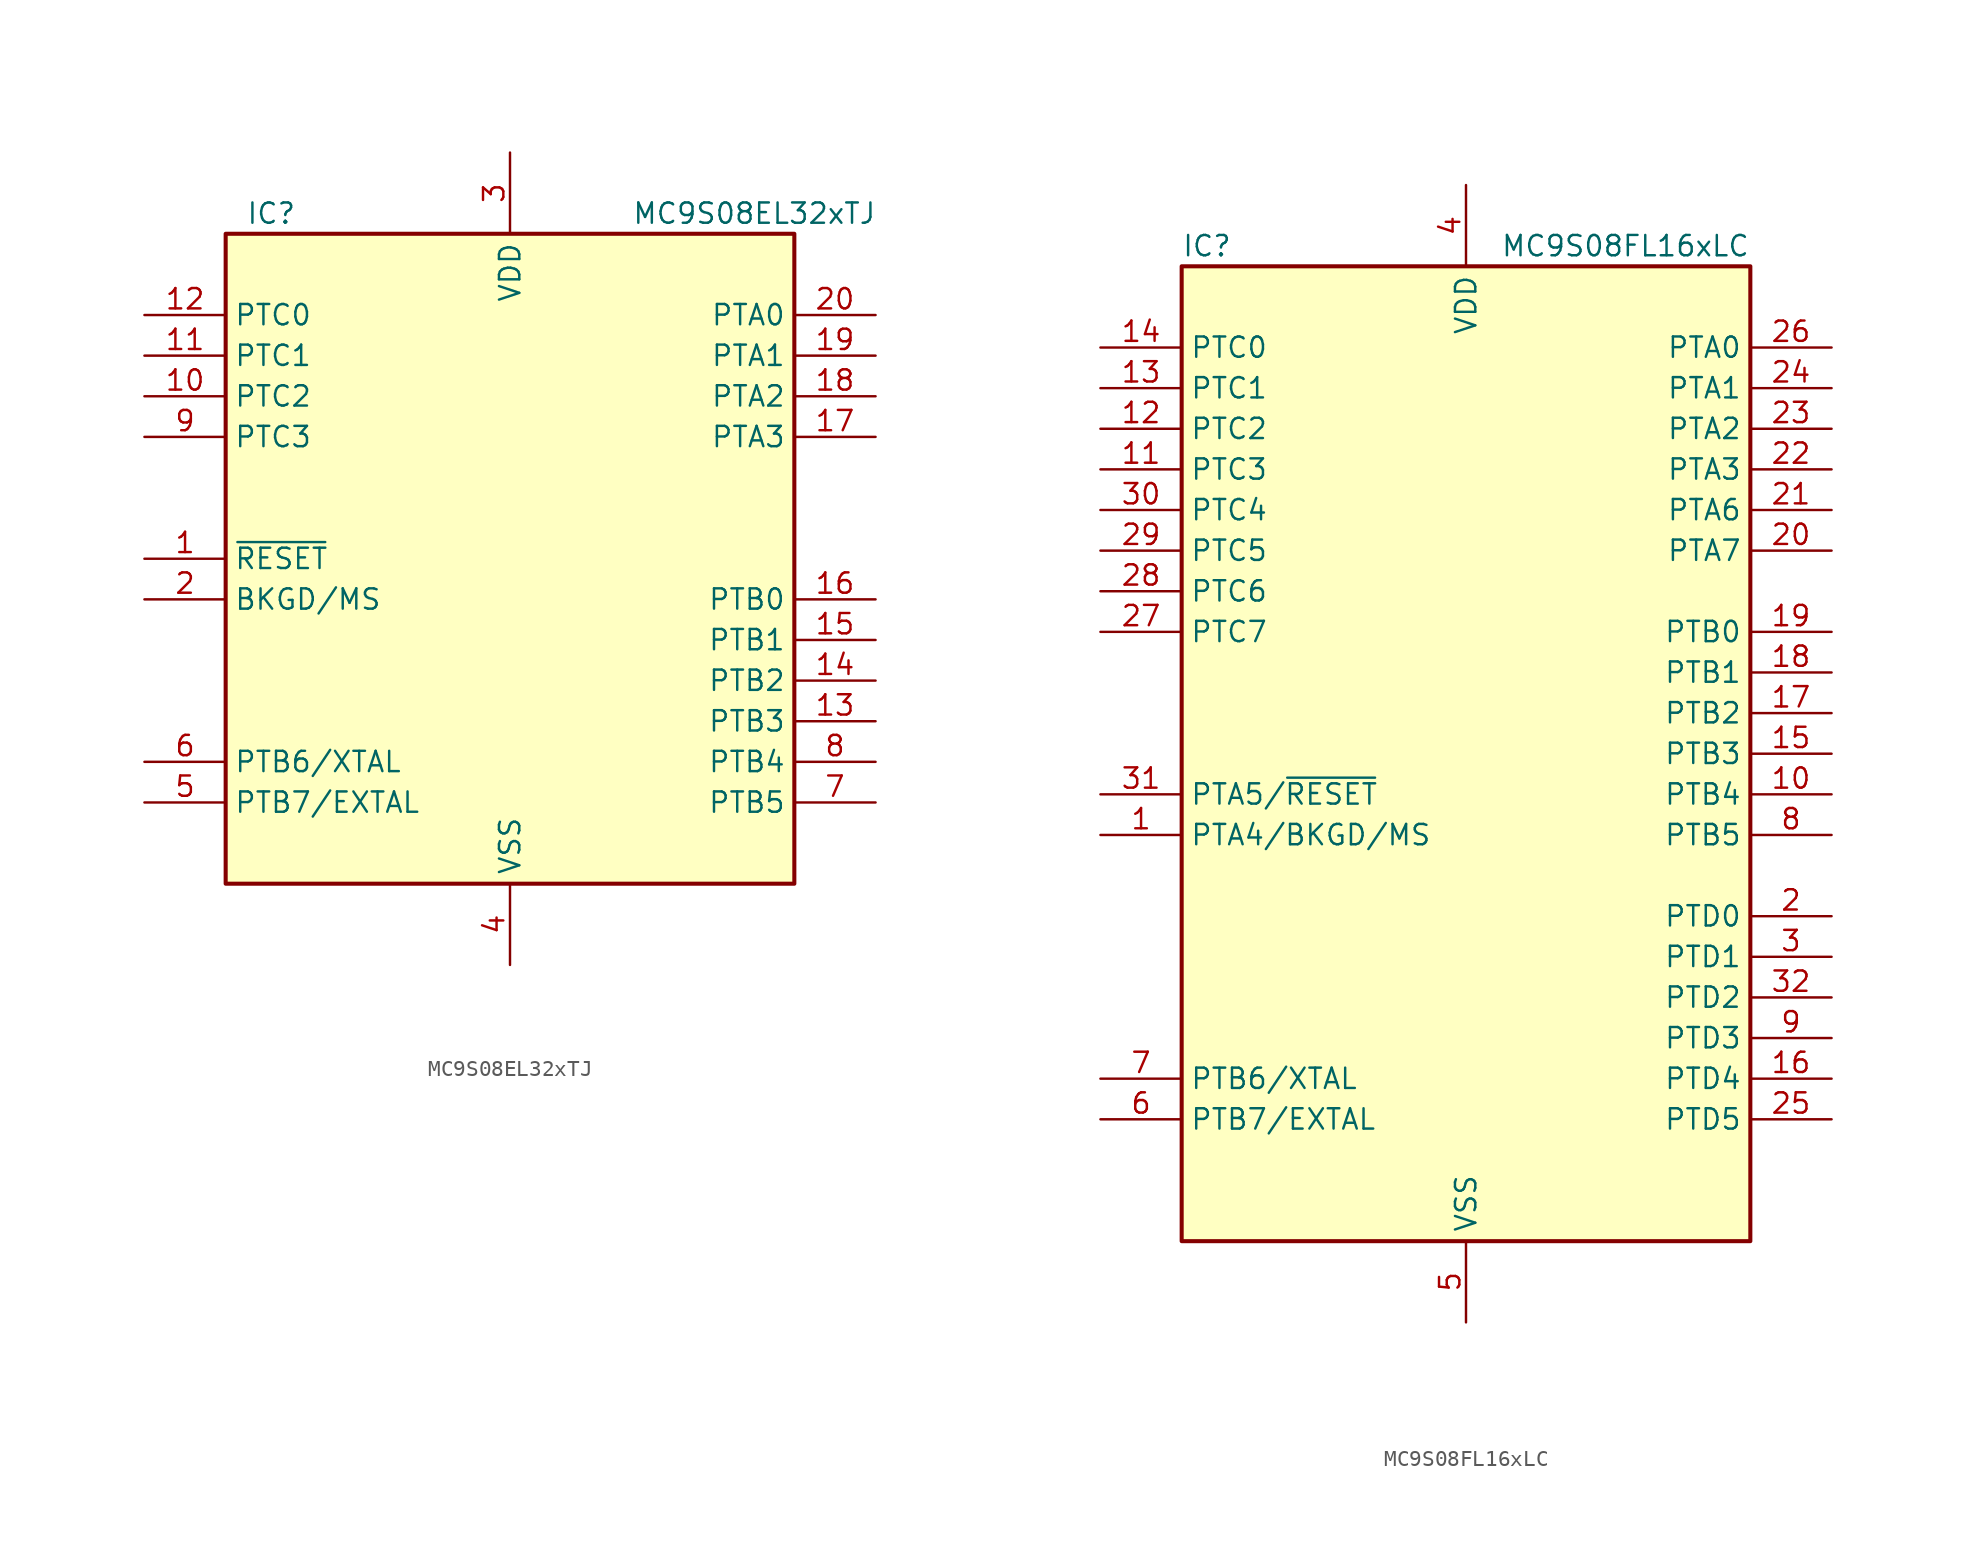
<source format=kicad_sym>
(kicad_symbol_lib
  (version 20201005)
  (generator kicad_symbol_editor)
  (symbol "MC9S08EL32xTJ"
    (property "Reference" "IC"
      (at -16.51 21.59 0)
      (effects (font (size 1.27 1.27)) (justify left)))
    (property "Value" "MC9S08EL32xTJ"
      (at 7.62 21.59 0)
      (effects (font (size 1.27 1.27)) (justify left)))
    (symbol "MC9S08EL32xTJ_0_1"
      (rectangle (start -17.78 20.32) (end 17.78 -20.32) (stroke (width 0.254)) (fill (type background))))
    (symbol "MC9S08EL32xTJ_1_1"
      (pin input line (at -22.86 0 0) (length 5.08) (name "~RESET" (effects (font (size 1.27 1.27)))) (number "1" (effects (font (size 1.27 1.27)))))
      (pin bidirectional line (at -22.86 10.16 0) (length 5.08) (name "PTC2" (effects (font (size 1.27 1.27)))) (number "10" (effects (font (size 1.27 1.27)))))
      (pin bidirectional line (at -22.86 12.7 0) (length 5.08) (name "PTC1" (effects (font (size 1.27 1.27)))) (number "11" (effects (font (size 1.27 1.27)))))
      (pin bidirectional line (at -22.86 15.24 0) (length 5.08) (name "PTC0" (effects (font (size 1.27 1.27)))) (number "12" (effects (font (size 1.27 1.27)))))
      (pin bidirectional line (at 22.86 -10.16 180) (length 5.08) (name "PTB3" (effects (font (size 1.27 1.27)))) (number "13" (effects (font (size 1.27 1.27)))))
      (pin bidirectional line (at 22.86 -7.62 180) (length 5.08) (name "PTB2" (effects (font (size 1.27 1.27)))) (number "14" (effects (font (size 1.27 1.27)))))
      (pin bidirectional line (at 22.86 -5.08 180) (length 5.08) (name "PTB1" (effects (font (size 1.27 1.27)))) (number "15" (effects (font (size 1.27 1.27)))))
      (pin bidirectional line (at 22.86 -2.54 180) (length 5.08) (name "PTB0" (effects (font (size 1.27 1.27)))) (number "16" (effects (font (size 1.27 1.27)))))
      (pin bidirectional line (at 22.86 7.62 180) (length 5.08) (name "PTA3" (effects (font (size 1.27 1.27)))) (number "17" (effects (font (size 1.27 1.27)))))
      (pin bidirectional line (at 22.86 10.16 180) (length 5.08) (name "PTA2" (effects (font (size 1.27 1.27)))) (number "18" (effects (font (size 1.27 1.27)))))
      (pin bidirectional line (at 22.86 12.7 180) (length 5.08) (name "PTA1" (effects (font (size 1.27 1.27)))) (number "19" (effects (font (size 1.27 1.27)))))
      (pin bidirectional line (at -22.86 -2.54 0) (length 5.08) (name "BKGD/MS" (effects (font (size 1.27 1.27)))) (number "2" (effects (font (size 1.27 1.27)))))
      (pin bidirectional line (at 22.86 15.24 180) (length 5.08) (name "PTA0" (effects (font (size 1.27 1.27)))) (number "20" (effects (font (size 1.27 1.27)))))
      (pin power_in line (at 0 25.4 270) (length 5.08) (name "VDD" (effects (font (size 1.27 1.27)))) (number "3" (effects (font (size 1.27 1.27)))))
      (pin power_in line (at 0 -25.4 90) (length 5.08) (name "VSS" (effects (font (size 1.27 1.27)))) (number "4" (effects (font (size 1.27 1.27)))))
      (pin bidirectional line (at -22.86 -15.24 0) (length 5.08) (name "PTB7/EXTAL" (effects (font (size 1.27 1.27)))) (number "5" (effects (font (size 1.27 1.27)))))
      (pin bidirectional line (at -22.86 -12.7 0) (length 5.08) (name "PTB6/XTAL" (effects (font (size 1.27 1.27)))) (number "6" (effects (font (size 1.27 1.27)))))
      (pin bidirectional line (at 22.86 -15.24 180) (length 5.08) (name "PTB5" (effects (font (size 1.27 1.27)))) (number "7" (effects (font (size 1.27 1.27)))))
      (pin bidirectional line (at 22.86 -12.7 180) (length 5.08) (name "PTB4" (effects (font (size 1.27 1.27)))) (number "8" (effects (font (size 1.27 1.27)))))
      (pin bidirectional line (at -22.86 7.62 0) (length 5.08) (name "PTC3" (effects (font (size 1.27 1.27)))) (number "9" (effects (font (size 1.27 1.27)))))))
  (symbol "MC9S08FL16xLC"
    (property "Reference" "IC"
      (at -17.78 31.75 0)
      (effects (font (size 1.27 1.27)) (justify left)))
    (property "Value" "MC9S08FL16xLC"
      (at 17.78 31.75 0)
      (effects (font (size 1.27 1.27)) (justify right)))
    (symbol "MC9S08FL16xLC_0_1"
      (rectangle (start -17.78 30.48) (end 17.78 -30.48) (stroke (width 0.254)) (fill (type background))))
    (symbol "MC9S08FL16xLC_1_1"
      (pin bidirectional line (at -22.86 -5.08 0) (length 5.08) (name "PTA4/BKGD/MS" (effects (font (size 1.27 1.27)))) (number "1" (effects (font (size 1.27 1.27)))))
      (pin bidirectional line (at 22.86 -2.54 180) (length 5.08) (name "PTB4" (effects (font (size 1.27 1.27)))) (number "10" (effects (font (size 1.27 1.27)))))
      (pin bidirectional line (at -22.86 17.78 0) (length 5.08) (name "PTC3" (effects (font (size 1.27 1.27)))) (number "11" (effects (font (size 1.27 1.27)))))
      (pin bidirectional line (at -22.86 20.32 0) (length 5.08) (name "PTC2" (effects (font (size 1.27 1.27)))) (number "12" (effects (font (size 1.27 1.27)))))
      (pin bidirectional line (at -22.86 22.86 0) (length 5.08) (name "PTC1" (effects (font (size 1.27 1.27)))) (number "13" (effects (font (size 1.27 1.27)))))
      (pin bidirectional line (at -22.86 25.4 0) (length 5.08) (name "PTC0" (effects (font (size 1.27 1.27)))) (number "14" (effects (font (size 1.27 1.27)))))
      (pin bidirectional line (at 22.86 0 180) (length 5.08) (name "PTB3" (effects (font (size 1.27 1.27)))) (number "15" (effects (font (size 1.27 1.27)))))
      (pin bidirectional line (at 22.86 -20.32 180) (length 5.08) (name "PTD4" (effects (font (size 1.27 1.27)))) (number "16" (effects (font (size 1.27 1.27)))))
      (pin bidirectional line (at 22.86 2.54 180) (length 5.08) (name "PTB2" (effects (font (size 1.27 1.27)))) (number "17" (effects (font (size 1.27 1.27)))))
      (pin bidirectional line (at 22.86 5.08 180) (length 5.08) (name "PTB1" (effects (font (size 1.27 1.27)))) (number "18" (effects (font (size 1.27 1.27)))))
      (pin bidirectional line (at 22.86 7.62 180) (length 5.08) (name "PTB0" (effects (font (size 1.27 1.27)))) (number "19" (effects (font (size 1.27 1.27)))))
      (pin bidirectional line (at 22.86 -10.16 180) (length 5.08) (name "PTD0" (effects (font (size 1.27 1.27)))) (number "2" (effects (font (size 1.27 1.27)))))
      (pin bidirectional line (at 22.86 12.7 180) (length 5.08) (name "PTA7" (effects (font (size 1.27 1.27)))) (number "20" (effects (font (size 1.27 1.27)))))
      (pin bidirectional line (at 22.86 15.24 180) (length 5.08) (name "PTA6" (effects (font (size 1.27 1.27)))) (number "21" (effects (font (size 1.27 1.27)))))
      (pin bidirectional line (at 22.86 17.78 180) (length 5.08) (name "PTA3" (effects (font (size 1.27 1.27)))) (number "22" (effects (font (size 1.27 1.27)))))
      (pin bidirectional line (at 22.86 20.32 180) (length 5.08) (name "PTA2" (effects (font (size 1.27 1.27)))) (number "23" (effects (font (size 1.27 1.27)))))
      (pin bidirectional line (at 22.86 22.86 180) (length 5.08) (name "PTA1" (effects (font (size 1.27 1.27)))) (number "24" (effects (font (size 1.27 1.27)))))
      (pin bidirectional line (at 22.86 -22.86 180) (length 5.08) (name "PTD5" (effects (font (size 1.27 1.27)))) (number "25" (effects (font (size 1.27 1.27)))))
      (pin bidirectional line (at 22.86 25.4 180) (length 5.08) (name "PTA0" (effects (font (size 1.27 1.27)))) (number "26" (effects (font (size 1.27 1.27)))))
      (pin bidirectional line (at -22.86 7.62 0) (length 5.08) (name "PTC7" (effects (font (size 1.27 1.27)))) (number "27" (effects (font (size 1.27 1.27)))))
      (pin bidirectional line (at -22.86 10.16 0) (length 5.08) (name "PTC6" (effects (font (size 1.27 1.27)))) (number "28" (effects (font (size 1.27 1.27)))))
      (pin bidirectional line (at -22.86 12.7 0) (length 5.08) (name "PTC5" (effects (font (size 1.27 1.27)))) (number "29" (effects (font (size 1.27 1.27)))))
      (pin bidirectional line (at 22.86 -12.7 180) (length 5.08) (name "PTD1" (effects (font (size 1.27 1.27)))) (number "3" (effects (font (size 1.27 1.27)))))
      (pin bidirectional line (at -22.86 15.24 0) (length 5.08) (name "PTC4" (effects (font (size 1.27 1.27)))) (number "30" (effects (font (size 1.27 1.27)))))
      (pin bidirectional line (at -22.86 -2.54 0) (length 5.08) (name "PTA5/~RESET" (effects (font (size 1.27 1.27)))) (number "31" (effects (font (size 1.27 1.27)))))
      (pin bidirectional line (at 22.86 -15.24 180) (length 5.08) (name "PTD2" (effects (font (size 1.27 1.27)))) (number "32" (effects (font (size 1.27 1.27)))))
      (pin power_in line (at 0 35.56 270) (length 5.08) (name "VDD" (effects (font (size 1.27 1.27)))) (number "4" (effects (font (size 1.27 1.27)))))
      (pin power_in line (at 0 -35.56 90) (length 5.08) (name "VSS" (effects (font (size 1.27 1.27)))) (number "5" (effects (font (size 1.27 1.27)))))
      (pin bidirectional line (at -22.86 -22.86 0) (length 5.08) (name "PTB7/EXTAL" (effects (font (size 1.27 1.27)))) (number "6" (effects (font (size 1.27 1.27)))))
      (pin bidirectional line (at -22.86 -20.32 0) (length 5.08) (name "PTB6/XTAL" (effects (font (size 1.27 1.27)))) (number "7" (effects (font (size 1.27 1.27)))))
      (pin bidirectional line (at 22.86 -5.08 180) (length 5.08) (name "PTB5" (effects (font (size 1.27 1.27)))) (number "8" (effects (font (size 1.27 1.27)))))
      (pin bidirectional line (at 22.86 -17.78 180) (length 5.08) (name "PTD3" (effects (font (size 1.27 1.27)))) (number "9" (effects (font (size 1.27 1.27))))))))
</source>
